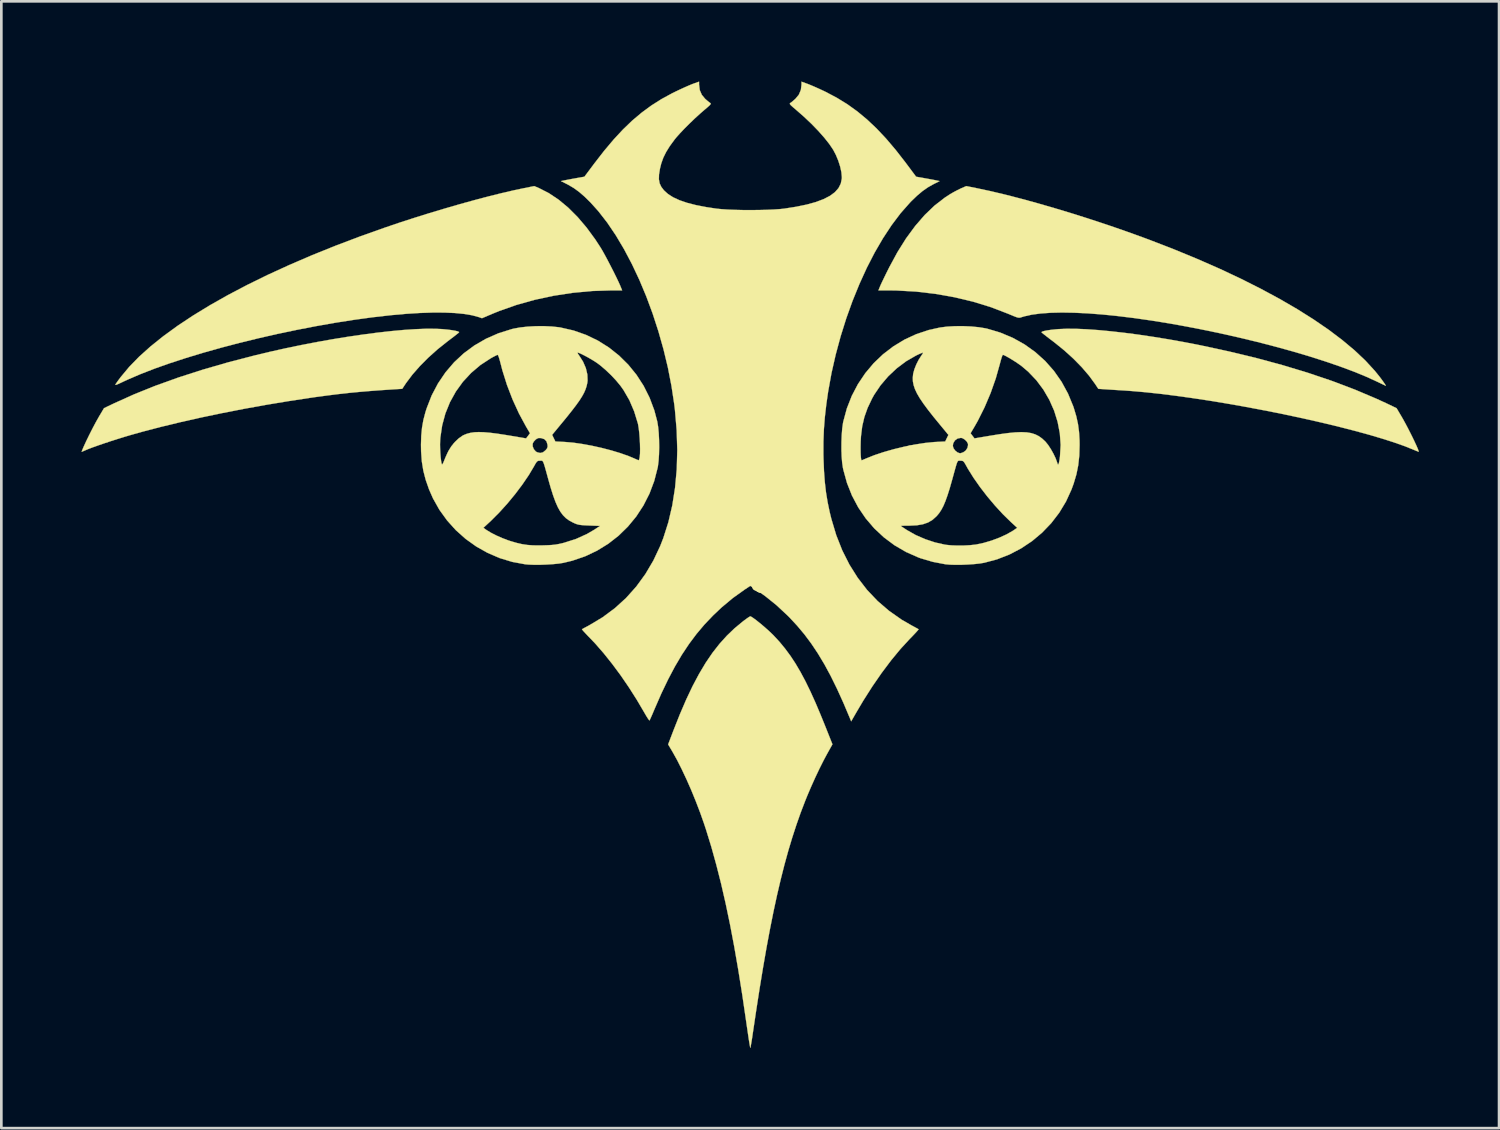
<source format=kicad_pcb>
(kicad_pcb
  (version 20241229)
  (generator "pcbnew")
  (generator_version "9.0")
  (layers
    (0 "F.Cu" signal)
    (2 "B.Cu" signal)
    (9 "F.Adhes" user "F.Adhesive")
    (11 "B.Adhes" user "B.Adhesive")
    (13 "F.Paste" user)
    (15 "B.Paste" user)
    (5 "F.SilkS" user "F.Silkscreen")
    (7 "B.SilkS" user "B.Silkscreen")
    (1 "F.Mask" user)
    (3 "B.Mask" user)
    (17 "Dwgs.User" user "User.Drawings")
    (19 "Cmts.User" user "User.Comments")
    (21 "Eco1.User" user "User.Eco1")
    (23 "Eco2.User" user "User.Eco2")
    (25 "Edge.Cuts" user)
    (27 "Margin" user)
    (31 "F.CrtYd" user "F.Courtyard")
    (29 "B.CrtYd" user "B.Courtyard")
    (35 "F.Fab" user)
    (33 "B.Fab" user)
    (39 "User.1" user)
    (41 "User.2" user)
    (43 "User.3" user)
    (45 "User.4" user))
  (footprint "logo"
    (layer "F.Cu")
    (at 25.16 17.769)
    (property "Reference" "logo" (at 0 0 0) (layer "F.SilkS") (effects (font (size 1.524 1.524) (thickness 0.3))))
    (attr through_hole)
    (fp_poly (pts (xy -11.924 -8.521) (xy -11.669 -8.509) (xy -11.479 -8.491) (xy -11.314 -8.47) (xy -11.181 -8.447) (xy -11.087 -8.424) (xy -11.04 -8.401) (xy -11.037 -8.39) (xy -11.062 -8.366) (xy -11.126 -8.314) (xy -11.221 -8.239) (xy -11.341 -8.148) (xy -11.466 -8.053) (xy -11.837 -7.758) (xy -12.185 -7.446) (xy -12.504 -7.126) (xy -12.784 -6.807) (xy -13.018 -6.495) (xy -13.046 -6.454) (xy -13.164 -6.275) (xy -13.426 -6.259) (xy -13.912 -6.227) (xy -14.355 -6.194) (xy -14.768 -6.159) (xy -15.164 -6.121) (xy -15.559 -6.077) (xy -15.965 -6.026) (xy -16.398 -5.968) (xy -16.633 -5.934) (xy -17.448 -5.81) (xy -18.271 -5.673) (xy -19.092 -5.525) (xy -19.904 -5.366) (xy -20.698 -5.2) (xy -21.465 -5.027) (xy -22.197 -4.85) (xy -22.886 -4.67) (xy -23.333 -4.544) (xy -23.57 -4.474) (xy -23.819 -4.397) (xy -24.071 -4.316) (xy -24.315 -4.235) (xy -24.541 -4.157) (xy -24.739 -4.087) (xy -24.899 -4.026) (xy -24.987 -3.989) (xy -25.073 -3.952) (xy -25.134 -3.926) (xy -25.155 -3.919) (xy -25.149 -3.943) (xy -25.125 -4.006) (xy -25.091 -4.086) (xy -24.99 -4.308) (xy -24.871 -4.552) (xy -24.746 -4.799) (xy -24.623 -5.031) (xy -24.511 -5.229) (xy -24.499 -5.25) (xy -24.32 -5.551) (xy -23.938 -5.734) (xy -23.194 -6.069) (xy -22.395 -6.39) (xy -21.541 -6.697) (xy -20.634 -6.989) (xy -19.676 -7.266) (xy -18.667 -7.528) (xy -18.114 -7.66) (xy -17.524 -7.792) (xy -16.931 -7.915) (xy -16.34 -8.028) (xy -15.755 -8.132) (xy -15.183 -8.225) (xy -14.627 -8.306) (xy -14.093 -8.376) (xy -13.586 -8.433) (xy -13.111 -8.477) (xy -12.672 -8.506) (xy -12.275 -8.522) (xy -11.924 -8.521)) (stroke (width 0.01) (type solid)) (fill yes) (layer "F.SilkS"))
    (fp_poly (pts (xy 12.039 -8.52) (xy 12.436 -8.503) (xy 12.874 -8.472) (xy 13.347 -8.427) (xy 13.851 -8.37) (xy 14.381 -8.301) (xy 14.931 -8.219) (xy 15.497 -8.127) (xy 16.073 -8.024) (xy 16.655 -7.911) (xy 16.677 -7.907) (xy 17.761 -7.673) (xy 18.801 -7.422) (xy 19.795 -7.152) (xy 20.741 -6.865) (xy 21.636 -6.562) (xy 22.48 -6.242) (xy 23.27 -5.907) (xy 23.634 -5.74) (xy 24.03 -5.551) (xy 24.208 -5.25) (xy 24.285 -5.116) (xy 24.369 -4.962) (xy 24.457 -4.796) (xy 24.544 -4.625) (xy 24.628 -4.457) (xy 24.703 -4.3) (xy 24.768 -4.16) (xy 24.818 -4.046) (xy 24.849 -3.965) (xy 24.858 -3.925) (xy 24.854 -3.922) (xy 24.819 -3.934) (xy 24.746 -3.963) (xy 24.649 -4.004) (xy 24.631 -4.011) (xy 24.297 -4.143) (xy 23.91 -4.279) (xy 23.476 -4.417) (xy 22.999 -4.558) (xy 22.484 -4.699) (xy 21.936 -4.84) (xy 21.361 -4.98) (xy 20.762 -5.118) (xy 20.147 -5.252) (xy 19.518 -5.383) (xy 18.882 -5.507) (xy 18.244 -5.626) (xy 17.608 -5.737) (xy 16.979 -5.84) (xy 16.363 -5.933) (xy 15.765 -6.016) (xy 15.189 -6.088) (xy 14.64 -6.147) (xy 14.124 -6.192) (xy 13.847 -6.212) (xy 13.66 -6.223) (xy 13.474 -6.235) (xy 13.304 -6.246) (xy 13.167 -6.255) (xy 13.106 -6.259) (xy 12.874 -6.274) (xy 12.755 -6.454) (xy 12.529 -6.763) (xy 12.256 -7.081) (xy 11.943 -7.401) (xy 11.599 -7.713) (xy 11.231 -8.011) (xy 11.176 -8.053) (xy 11.041 -8.155) (xy 10.923 -8.246) (xy 10.83 -8.319) (xy 10.768 -8.369) (xy 10.747 -8.39) (xy 10.766 -8.412) (xy 10.836 -8.435) (xy 10.95 -8.459) (xy 11.101 -8.481) (xy 11.281 -8.5) (xy 11.388 -8.509) (xy 11.688 -8.522) (xy 12.039 -8.52)) (stroke (width 0.01) (type solid)) (fill yes) (layer "F.SilkS"))
    (fp_poly (pts (xy -0.101 2.254) (xy -0.024 2.305) (xy 0.08 2.382) (xy 0.201 2.479) (xy 0.331 2.587) (xy 0.463 2.702) (xy 0.588 2.815) (xy 0.697 2.92) (xy 0.728 2.951) (xy 0.948 3.189) (xy 1.154 3.439) (xy 1.351 3.705) (xy 1.542 3.994) (xy 1.729 4.311) (xy 1.915 4.659) (xy 2.104 5.046) (xy 2.298 5.475) (xy 2.499 5.952) (xy 2.641 6.301) (xy 2.928 7.022) (xy 2.736 7.365) (xy 2.595 7.628) (xy 2.442 7.933) (xy 2.285 8.264) (xy 2.131 8.607) (xy 1.985 8.949) (xy 1.906 9.145) (xy 1.738 9.584) (xy 1.578 10.039) (xy 1.424 10.512) (xy 1.275 11.007) (xy 1.132 11.527) (xy 0.993 12.076) (xy 0.857 12.656) (xy 0.724 13.272) (xy 0.593 13.926) (xy 0.463 14.621) (xy 0.334 15.362) (xy 0.204 16.151) (xy 0.074 16.991) (xy -0.049 17.816) (xy -0.074 17.988) (xy -0.098 18.139) (xy -0.119 18.259) (xy -0.134 18.341) (xy -0.144 18.374) (xy -0.145 18.375) (xy -0.152 18.347) (xy -0.166 18.269) (xy -0.187 18.145) (xy -0.212 17.984) (xy -0.24 17.792) (xy -0.272 17.575) (xy -0.3 17.381) (xy -0.445 16.393) (xy -0.594 15.461) (xy -0.747 14.581) (xy -0.905 13.75) (xy -1.069 12.966) (xy -1.239 12.225) (xy -1.417 11.525) (xy -1.601 10.862) (xy -1.794 10.235) (xy -1.876 9.986) (xy -2.02 9.578) (xy -2.18 9.16) (xy -2.35 8.743) (xy -2.528 8.339) (xy -2.707 7.958) (xy -2.882 7.611) (xy -3.05 7.31) (xy -3.059 7.294) (xy -3.218 7.026) (xy -3.021 6.51) (xy -2.781 5.904) (xy -2.543 5.351) (xy -2.305 4.848) (xy -2.063 4.392) (xy -1.817 3.979) (xy -1.563 3.605) (xy -1.298 3.266) (xy -1.021 2.959) (xy -0.729 2.679) (xy -0.42 2.424) (xy -0.373 2.388) (xy -0.279 2.319) (xy -0.202 2.266) (xy -0.153 2.238) (xy -0.144 2.235) (xy -0.101 2.254)) (stroke (width 0.01) (type solid)) (fill yes) (layer "F.SilkS"))
    (fp_poly (pts (xy -8.039 -13.778) (xy -7.673 -13.59) (xy -7.31 -13.347) (xy -6.953 -13.05) (xy -6.605 -12.702) (xy -6.268 -12.306) (xy -5.944 -11.864) (xy -5.751 -11.568) (xy -5.675 -11.441) (xy -5.582 -11.274) (xy -5.478 -11.08) (xy -5.37 -10.872) (xy -5.262 -10.661) (xy -5.163 -10.461) (xy -5.078 -10.283) (xy -5.013 -10.14) (xy -5.001 -10.109) (xy -4.938 -9.957) (xy -5.336 -9.957) (xy -6.059 -9.934) (xy -6.785 -9.866) (xy -7.505 -9.756) (xy -8.211 -9.604) (xy -8.891 -9.413) (xy -9.539 -9.185) (xy -9.786 -9.084) (xy -10.181 -8.916) (xy -10.308 -8.96) (xy -10.551 -9.026) (xy -10.846 -9.076) (xy -11.192 -9.11) (xy -11.584 -9.127) (xy -12.021 -9.128) (xy -12.5 -9.112) (xy -13.016 -9.08) (xy -13.569 -9.031) (xy -13.613 -9.026) (xy -14.283 -8.95) (xy -14.975 -8.855) (xy -15.683 -8.744) (xy -16.402 -8.617) (xy -17.125 -8.477) (xy -17.849 -8.325) (xy -18.566 -8.161) (xy -19.272 -7.988) (xy -19.961 -7.807) (xy -20.627 -7.619) (xy -21.265 -7.425) (xy -21.869 -7.228) (xy -22.434 -7.028) (xy -22.953 -6.826) (xy -23.422 -6.625) (xy -23.567 -6.558) (xy -23.709 -6.491) (xy -23.806 -6.447) (xy -23.864 -6.425) (xy -23.89 -6.421) (xy -23.892 -6.435) (xy -23.876 -6.465) (xy -23.874 -6.467) (xy -23.831 -6.53) (xy -23.766 -6.619) (xy -23.693 -6.717) (xy -23.69 -6.72) (xy -23.375 -7.098) (xy -23.003 -7.48) (xy -22.576 -7.863) (xy -22.096 -8.248) (xy -21.565 -8.634) (xy -20.984 -9.019) (xy -20.355 -9.403) (xy -19.679 -9.785) (xy -18.959 -10.163) (xy -18.195 -10.538) (xy -17.389 -10.907) (xy -16.543 -11.271) (xy -15.658 -11.628) (xy -14.737 -11.977) (xy -13.817 -12.304) (xy -13.275 -12.488) (xy -12.716 -12.669) (xy -12.147 -12.847) (xy -11.576 -13.018) (xy -11.011 -13.182) (xy -10.461 -13.334) (xy -9.934 -13.473) (xy -9.437 -13.597) (xy -8.98 -13.703) (xy -8.633 -13.776) (xy -8.225 -13.858) (xy -8.039 -13.778)) (stroke (width 0.01) (type solid)) (fill yes) (layer "F.SilkS"))
    (fp_poly (pts (xy 8.343 -13.776) (xy 8.853 -13.667) (xy 9.407 -13.535) (xy 10 -13.382) (xy 10.622 -13.211) (xy 11.267 -13.024) (xy 11.928 -12.824) (xy 12.596 -12.611) (xy 13.265 -12.39) (xy 13.926 -12.161) (xy 14.574 -11.927) (xy 14.77 -11.854) (xy 15.686 -11.5) (xy 16.562 -11.139) (xy 17.399 -10.772) (xy 18.194 -10.399) (xy 18.945 -10.021) (xy 19.652 -9.64) (xy 20.312 -9.257) (xy 20.925 -8.871) (xy 21.488 -8.485) (xy 22 -8.098) (xy 22.46 -7.713) (xy 22.866 -7.329) (xy 23.216 -6.948) (xy 23.4 -6.72) (xy 23.486 -6.605) (xy 23.556 -6.507) (xy 23.605 -6.434) (xy 23.627 -6.394) (xy 23.625 -6.389) (xy 23.597 -6.402) (xy 23.526 -6.435) (xy 23.424 -6.484) (xy 23.301 -6.543) (xy 23.29 -6.548) (xy 22.879 -6.735) (xy 22.415 -6.925) (xy 21.903 -7.115) (xy 21.348 -7.305) (xy 20.755 -7.494) (xy 20.129 -7.679) (xy 19.475 -7.859) (xy 18.798 -8.034) (xy 18.102 -8.201) (xy 17.394 -8.36) (xy 16.677 -8.508) (xy 15.957 -8.645) (xy 15.53 -8.721) (xy 14.861 -8.829) (xy 14.219 -8.921) (xy 13.607 -8.996) (xy 13.027 -9.055) (xy 12.483 -9.097) (xy 11.976 -9.121) (xy 11.51 -9.129) (xy 11.087 -9.119) (xy 10.71 -9.092) (xy 10.381 -9.048) (xy 10.105 -8.986) (xy 10.003 -8.955) (xy 9.958 -8.94) (xy 9.915 -8.935) (xy 9.866 -8.94) (xy 9.8 -8.96) (xy 9.706 -8.996) (xy 9.574 -9.051) (xy 9.495 -9.084) (xy 8.863 -9.327) (xy 8.194 -9.533) (xy 7.496 -9.7) (xy 6.778 -9.827) (xy 6.05 -9.912) (xy 5.32 -9.953) (xy 5.031 -9.957) (xy 4.648 -9.957) (xy 4.71 -10.109) (xy 4.742 -10.182) (xy 4.795 -10.295) (xy 4.865 -10.44) (xy 4.945 -10.604) (xy 5.032 -10.778) (xy 5.05 -10.814) (xy 5.359 -11.386) (xy 5.684 -11.904) (xy 6.025 -12.368) (xy 6.38 -12.777) (xy 6.749 -13.131) (xy 7.133 -13.428) (xy 7.33 -13.556) (xy 7.461 -13.632) (xy 7.601 -13.706) (xy 7.723 -13.766) (xy 7.749 -13.778) (xy 7.934 -13.858) (xy 8.343 -13.776)) (stroke (width 0.01) (type solid)) (fill yes) (layer "F.SilkS"))
    (fp_poly (pts (xy -2.061 -17.654) (xy -2.035 -17.449) (xy -1.957 -17.27) (xy -1.835 -17.124) (xy -1.753 -17.052) (xy -1.682 -16.994) (xy -1.642 -16.966) (xy -1.624 -16.949) (xy -1.628 -16.925) (xy -1.659 -16.886) (xy -1.724 -16.826) (xy -1.827 -16.737) (xy -1.847 -16.721) (xy -2.03 -16.562) (xy -2.224 -16.385) (xy -2.417 -16.199) (xy -2.602 -16.015) (xy -2.767 -15.841) (xy -2.904 -15.688) (xy -2.974 -15.603) (xy -3.154 -15.357) (xy -3.293 -15.133) (xy -3.399 -14.919) (xy -3.476 -14.702) (xy -3.524 -14.508) (xy -3.559 -14.292) (xy -3.564 -14.114) (xy -3.537 -13.964) (xy -3.475 -13.831) (xy -3.376 -13.701) (xy -3.375 -13.7) (xy -3.225 -13.563) (xy -3.032 -13.44) (xy -2.794 -13.33) (xy -2.509 -13.232) (xy -2.173 -13.146) (xy -1.785 -13.071) (xy -1.408 -13.014) (xy -1.217 -12.995) (xy -0.979 -12.979) (xy -0.708 -12.969) (xy -0.414 -12.962) (xy -0.11 -12.961) (xy 0.193 -12.964) (xy 0.483 -12.971) (xy 0.747 -12.983) (xy 0.975 -12.999) (xy 1.118 -13.014) (xy 1.57 -13.085) (xy 1.967 -13.167) (xy 2.31 -13.262) (xy 2.598 -13.371) (xy 2.835 -13.493) (xy 3.02 -13.63) (xy 3.155 -13.783) (xy 3.24 -13.951) (xy 3.278 -14.135) (xy 3.28 -14.195) (xy 3.263 -14.378) (xy 3.217 -14.589) (xy 3.145 -14.813) (xy 3.054 -15.031) (xy 2.955 -15.219) (xy 2.81 -15.433) (xy 2.622 -15.671) (xy 2.398 -15.924) (xy 2.145 -16.185) (xy 1.869 -16.447) (xy 1.577 -16.703) (xy 1.557 -16.721) (xy 1.447 -16.814) (xy 1.376 -16.878) (xy 1.34 -16.92) (xy 1.333 -16.946) (xy 1.348 -16.964) (xy 1.352 -16.966) (xy 1.401 -17.001) (xy 1.474 -17.062) (xy 1.544 -17.124) (xy 1.671 -17.277) (xy 1.747 -17.457) (xy 1.771 -17.654) (xy 1.771 -17.764) (xy 2.01 -17.677) (xy 2.122 -17.632) (xy 2.27 -17.569) (xy 2.437 -17.494) (xy 2.609 -17.414) (xy 2.685 -17.377) (xy 3.095 -17.16) (xy 3.484 -16.921) (xy 3.857 -16.653) (xy 4.219 -16.353) (xy 4.576 -16.016) (xy 4.932 -15.638) (xy 5.293 -15.213) (xy 5.664 -14.737) (xy 5.689 -14.703) (xy 6.058 -14.209) (xy 6.36 -14.156) (xy 6.503 -14.13) (xy 6.641 -14.105) (xy 6.753 -14.083) (xy 6.799 -14.074) (xy 6.936 -14.045) (xy 6.712 -13.932) (xy 6.502 -13.814) (xy 6.302 -13.675) (xy 6.098 -13.504) (xy 5.88 -13.295) (xy 5.822 -13.234) (xy 5.477 -12.843) (xy 5.142 -12.399) (xy 4.819 -11.908) (xy 4.508 -11.374) (xy 4.214 -10.803) (xy 3.938 -10.198) (xy 3.681 -9.567) (xy 3.446 -8.913) (xy 3.235 -8.241) (xy 3.05 -7.556) (xy 2.893 -6.865) (xy 2.767 -6.17) (xy 2.7 -5.704) (xy 2.644 -5.215) (xy 2.608 -4.756) (xy 2.591 -4.304) (xy 2.59 -3.835) (xy 2.594 -3.658) (xy 2.612 -3.205) (xy 2.642 -2.794) (xy 2.686 -2.41) (xy 2.747 -2.037) (xy 2.826 -1.66) (xy 2.888 -1.408) (xy 3.07 -0.801) (xy 3.295 -0.232) (xy 3.563 0.3) (xy 3.873 0.793) (xy 4.223 1.247) (xy 4.615 1.66) (xy 5.047 2.031) (xy 5.517 2.361) (xy 5.879 2.57) (xy 5.989 2.629) (xy 6.079 2.678) (xy 6.136 2.71) (xy 6.152 2.719) (xy 6.136 2.742) (xy 6.087 2.799) (xy 6.009 2.884) (xy 5.909 2.989) (xy 5.816 3.084) (xy 5.472 3.458) (xy 5.122 3.882) (xy 4.771 4.349) (xy 4.422 4.854) (xy 4.081 5.39) (xy 3.828 5.817) (xy 3.629 6.163) (xy 3.583 6.05) (xy 3.338 5.471) (xy 3.099 4.945) (xy 2.863 4.465) (xy 2.626 4.027) (xy 2.385 3.626) (xy 2.138 3.256) (xy 1.881 2.911) (xy 1.61 2.588) (xy 1.324 2.28) (xy 1.25 2.206) (xy 0.836 1.82) (xy 0.412 1.478) (xy 0.065 1.234) (xy -0.145 1.095) (xy -0.356 1.234) (xy -0.797 1.55) (xy -1.218 1.901) (xy -1.54 2.206) (xy -1.857 2.539) (xy -2.154 2.891) (xy -2.435 3.266) (xy -2.704 3.671) (xy -2.964 4.112) (xy -3.218 4.592) (xy -3.471 5.119) (xy -3.724 5.698) (xy -3.751 5.762) (xy -3.807 5.894) (xy -3.856 6.006) (xy -3.893 6.087) (xy -3.913 6.127) (xy -3.915 6.129) (xy -3.935 6.113) (xy -3.977 6.054) (xy -4.035 5.962) (xy -4.103 5.845) (xy -4.116 5.822) (xy -4.39 5.357) (xy -4.685 4.893) (xy -4.994 4.442) (xy -5.312 4.013) (xy -5.63 3.615) (xy -5.942 3.257) (xy -6.106 3.084) (xy -6.219 2.968) (xy -6.315 2.866) (xy -6.389 2.786) (xy -6.432 2.735) (xy -6.442 2.719) (xy -6.413 2.702) (xy -6.344 2.664) (xy -6.246 2.612) (xy -6.169 2.57) (xy -5.67 2.271) (xy -5.21 1.93) (xy -4.789 1.546) (xy -4.409 1.121) (xy -4.069 0.654) (xy -3.77 0.148) (xy -3.513 -0.398) (xy -3.397 -0.696) (xy -3.209 -1.287) (xy -3.063 -1.914) (xy -2.959 -2.575) (xy -2.896 -3.267) (xy -2.876 -3.985) (xy -2.899 -4.726) (xy -2.964 -5.486) (xy -2.99 -5.704) (xy -3.094 -6.388) (xy -3.228 -7.074) (xy -3.392 -7.756) (xy -3.583 -8.43) (xy -3.798 -9.091) (xy -4.036 -9.733) (xy -4.295 -10.352) (xy -4.573 -10.942) (xy -4.867 -11.499) (xy -5.176 -12.018) (xy -5.497 -12.493) (xy -5.829 -12.92) (xy -6.122 -13.246) (xy -6.344 -13.464) (xy -6.549 -13.641) (xy -6.747 -13.785) (xy -6.952 -13.906) (xy -7.002 -13.932) (xy -7.226 -14.045) (xy -7.089 -14.074) (xy -7.001 -14.091) (xy -6.875 -14.115) (xy -6.733 -14.141) (xy -6.651 -14.156) (xy -6.35 -14.209) (xy -5.98 -14.703) (xy -5.614 -15.175) (xy -5.259 -15.597) (xy -4.91 -15.973) (xy -4.562 -16.308) (xy -4.208 -16.606) (xy -3.845 -16.873) (xy -3.466 -17.113) (xy -3.066 -17.331) (xy -2.946 -17.39) (xy -2.778 -17.47) (xy -2.61 -17.547) (xy -2.456 -17.615) (xy -2.331 -17.667) (xy -2.271 -17.69) (xy -2.061 -17.764) (xy -2.061 -17.654)) (stroke (width 0.01) (type solid)) (fill yes) (layer "F.SilkS"))
    (fp_poly (pts (xy 8.115 -8.607) (xy 8.402 -8.579) (xy 8.654 -8.538) (xy 8.709 -8.526) (xy 9.207 -8.378) (xy 9.676 -8.181) (xy 10.113 -7.937) (xy 10.517 -7.648) (xy 10.884 -7.318) (xy 11.212 -6.947) (xy 11.498 -6.539) (xy 11.74 -6.095) (xy 11.936 -5.619) (xy 11.96 -5.547) (xy 12.05 -5.245) (xy 12.113 -4.957) (xy 12.152 -4.664) (xy 12.171 -4.344) (xy 12.173 -4.18) (xy 12.162 -3.784) (xy 12.123 -3.422) (xy 12.054 -3.077) (xy 11.951 -2.73) (xy 11.871 -2.511) (xy 11.665 -2.06) (xy 11.41 -1.638) (xy 11.111 -1.249) (xy 10.771 -0.895) (xy 10.395 -0.579) (xy 9.985 -0.306) (xy 9.547 -0.077) (xy 9.083 0.104) (xy 8.607 0.231) (xy 8.439 0.259) (xy 8.232 0.281) (xy 8.001 0.297) (xy 7.763 0.307) (xy 7.535 0.309) (xy 7.33 0.303) (xy 7.167 0.289) (xy 7.162 0.289) (xy 6.68 0.197) (xy 6.22 0.061) (xy 6.141 0.032) (xy 5.679 -0.172) (xy 5.248 -0.424) (xy 4.851 -0.72) (xy 4.491 -1.057) (xy 4.414 -1.147) (xy 5.486 -1.147) (xy 5.509 -1.129) (xy 5.57 -1.086) (xy 5.66 -1.027) (xy 5.726 -0.984) (xy 6.044 -0.805) (xy 6.398 -0.651) (xy 6.766 -0.529) (xy 7.13 -0.447) (xy 7.188 -0.438) (xy 7.375 -0.42) (xy 7.597 -0.412) (xy 7.833 -0.413) (xy 8.063 -0.425) (xy 8.264 -0.446) (xy 8.302 -0.451) (xy 8.584 -0.511) (xy 8.879 -0.598) (xy 9.17 -0.707) (xy 9.44 -0.83) (xy 9.672 -0.962) (xy 9.717 -0.992) (xy 9.839 -1.076) (xy 9.602 -1.294) (xy 9.306 -1.583) (xy 9.009 -1.906) (xy 8.719 -2.25) (xy 8.447 -2.603) (xy 8.202 -2.953) (xy 7.994 -3.287) (xy 7.94 -3.384) (xy 7.883 -3.485) (xy 7.842 -3.545) (xy 7.805 -3.575) (xy 7.76 -3.585) (xy 7.718 -3.586) (xy 7.683 -3.588) (xy 7.655 -3.588) (xy 7.633 -3.58) (xy 7.612 -3.559) (xy 7.591 -3.517) (xy 7.567 -3.449) (xy 7.537 -3.348) (xy 7.498 -3.208) (xy 7.447 -3.023) (xy 7.404 -2.867) (xy 7.315 -2.554) (xy 7.232 -2.292) (xy 7.154 -2.074) (xy 7.078 -1.894) (xy 6.999 -1.745) (xy 6.917 -1.621) (xy 6.828 -1.515) (xy 6.825 -1.512) (xy 6.674 -1.376) (xy 6.506 -1.276) (xy 6.313 -1.209) (xy 6.085 -1.17) (xy 5.813 -1.157) (xy 5.798 -1.157) (xy 5.672 -1.156) (xy 5.57 -1.154) (xy 5.504 -1.151) (xy 5.486 -1.147) (xy 4.414 -1.147) (xy 4.171 -1.431) (xy 3.893 -1.84) (xy 3.659 -2.281) (xy 3.473 -2.75) (xy 3.336 -3.245) (xy 3.319 -3.325) (xy 3.291 -3.517) (xy 3.272 -3.751) (xy 3.264 -4.01) (xy 3.264 -4.119) (xy 3.981 -4.119) (xy 3.981 -3.948) (xy 3.986 -3.802) (xy 3.994 -3.69) (xy 4.006 -3.619) (xy 4.019 -3.6) (xy 4.048 -3.61) (xy 4.114 -3.638) (xy 4.184 -3.668) (xy 4.496 -3.793) (xy 4.85 -3.911) (xy 5.232 -4.019) (xy 5.627 -4.114) (xy 5.766 -4.142) (xy 7.431 -4.142) (xy 7.457 -4.052) (xy 7.521 -3.963) (xy 7.608 -3.895) (xy 7.7 -3.863) (xy 7.701 -3.863) (xy 7.74 -3.872) (xy 7.809 -3.897) (xy 7.825 -3.903) (xy 7.915 -3.968) (xy 7.977 -4.065) (xy 8.001 -4.173) (xy 7.995 -4.224) (xy 7.953 -4.302) (xy 7.88 -4.375) (xy 7.795 -4.427) (xy 7.736 -4.441) (xy 7.609 -4.416) (xy 7.51 -4.345) (xy 7.447 -4.241) (xy 7.431 -4.142) (xy 5.766 -4.142) (xy 6.019 -4.192) (xy 6.393 -4.25) (xy 6.734 -4.284) (xy 6.788 -4.287) (xy 7.146 -4.305) (xy 7.206 -4.429) (xy 7.266 -4.552) (xy 7.216 -4.612) (xy 8.095 -4.612) (xy 8.241 -4.421) (xy 8.816 -4.518) (xy 9.181 -4.577) (xy 9.496 -4.62) (xy 9.766 -4.646) (xy 9.997 -4.655) (xy 10.195 -4.646) (xy 10.366 -4.618) (xy 10.514 -4.571) (xy 10.646 -4.505) (xy 10.768 -4.418) (xy 10.884 -4.311) (xy 10.902 -4.292) (xy 10.997 -4.174) (xy 11.098 -4.02) (xy 11.194 -3.849) (xy 11.275 -3.68) (xy 11.33 -3.531) (xy 11.337 -3.503) (xy 11.358 -3.448) (xy 11.379 -3.449) (xy 11.401 -3.507) (xy 11.423 -3.623) (xy 11.439 -3.745) (xy 11.464 -4.176) (xy 11.434 -4.609) (xy 11.351 -5.039) (xy 11.22 -5.459) (xy 11.041 -5.863) (xy 10.819 -6.244) (xy 10.555 -6.597) (xy 10.252 -6.915) (xy 10.004 -7.125) (xy 9.9 -7.2) (xy 9.779 -7.282) (xy 9.651 -7.363) (xy 9.529 -7.436) (xy 9.422 -7.496) (xy 9.343 -7.535) (xy 9.304 -7.547) (xy 9.285 -7.521) (xy 9.258 -7.449) (xy 9.226 -7.342) (xy 9.191 -7.211) (xy 9.19 -7.206) (xy 9.038 -6.665) (xy 8.845 -6.118) (xy 8.618 -5.583) (xy 8.365 -5.078) (xy 8.243 -4.863) (xy 8.095 -4.612) (xy 7.216 -4.612) (xy 6.95 -4.934) (xy 6.706 -5.231) (xy 6.501 -5.492) (xy 6.332 -5.72) (xy 6.196 -5.922) (xy 6.091 -6.101) (xy 6.015 -6.263) (xy 5.965 -6.411) (xy 5.938 -6.551) (xy 5.933 -6.687) (xy 5.946 -6.824) (xy 5.952 -6.856) (xy 5.995 -7.012) (xy 6.066 -7.189) (xy 6.155 -7.364) (xy 6.252 -7.515) (xy 6.253 -7.516) (xy 6.296 -7.58) (xy 6.315 -7.622) (xy 6.315 -7.629) (xy 6.285 -7.622) (xy 6.215 -7.594) (xy 6.118 -7.55) (xy 6.05 -7.517) (xy 5.683 -7.305) (xy 5.336 -7.044) (xy 5.015 -6.743) (xy 4.729 -6.408) (xy 4.487 -6.05) (xy 4.408 -5.907) (xy 4.243 -5.56) (xy 4.123 -5.222) (xy 4.042 -4.877) (xy 3.996 -4.506) (xy 3.985 -4.307) (xy 3.981 -4.119) (xy 3.264 -4.119) (xy 3.265 -4.28) (xy 3.275 -4.545) (xy 3.294 -4.789) (xy 3.323 -4.997) (xy 3.334 -5.051) (xy 3.468 -5.544) (xy 3.652 -6.012) (xy 3.882 -6.451) (xy 4.156 -6.859) (xy 4.469 -7.232) (xy 4.82 -7.567) (xy 5.205 -7.862) (xy 5.62 -8.114) (xy 6.064 -8.32) (xy 6.533 -8.476) (xy 6.952 -8.568) (xy 7.211 -8.601) (xy 7.503 -8.618) (xy 7.81 -8.62) (xy 8.115 -8.607)) (stroke (width 0.01) (type solid)) (fill yes) (layer "F.SilkS"))
    (fp_poly (pts (xy -7.57 -8.606) (xy -7.302 -8.578) (xy -7.243 -8.568) (xy -6.754 -8.456) (xy -6.288 -8.292) (xy -5.847 -8.08) (xy -5.435 -7.821) (xy -5.055 -7.52) (xy -4.71 -7.179) (xy -4.402 -6.8) (xy -4.135 -6.387) (xy -3.912 -5.943) (xy -3.735 -5.471) (xy -3.624 -5.051) (xy -3.593 -4.858) (xy -3.57 -4.623) (xy -3.557 -4.363) (xy -3.553 -4.093) (xy -3.559 -3.828) (xy -3.575 -3.585) (xy -3.6 -3.378) (xy -3.61 -3.325) (xy -3.738 -2.827) (xy -3.916 -2.355) (xy -4.142 -1.911) (xy -4.411 -1.499) (xy -4.723 -1.121) (xy -5.072 -0.78) (xy -5.458 -0.479) (xy -5.877 -0.221) (xy -6.325 -0.009) (xy -6.801 0.154) (xy -7.138 0.235) (xy -7.308 0.262) (xy -7.52 0.283) (xy -7.755 0.298) (xy -7.996 0.307) (xy -8.228 0.308) (xy -8.432 0.3) (xy -8.561 0.289) (xy -9.049 0.199) (xy -9.52 0.056) (xy -9.971 -0.138) (xy -10.397 -0.378) (xy -10.794 -0.662) (xy -11.159 -0.988) (xy -11.238 -1.075) (xy -10.129 -1.075) (xy -10.001 -0.987) (xy -9.843 -0.891) (xy -9.646 -0.79) (xy -9.428 -0.694) (xy -9.209 -0.61) (xy -9.115 -0.579) (xy -8.886 -0.512) (xy -8.682 -0.465) (xy -8.486 -0.435) (xy -8.278 -0.42) (xy -8.041 -0.417) (xy -7.91 -0.419) (xy -7.716 -0.425) (xy -7.563 -0.434) (xy -7.433 -0.448) (xy -7.31 -0.47) (xy -7.175 -0.5) (xy -7.112 -0.516) (xy -6.662 -0.66) (xy -6.251 -0.847) (xy -6.009 -0.988) (xy -5.762 -1.147) (xy -6.169 -1.162) (xy -6.334 -1.169) (xy -6.455 -1.178) (xy -6.546 -1.19) (xy -6.621 -1.208) (xy -6.695 -1.235) (xy -6.778 -1.273) (xy -6.918 -1.348) (xy -7.041 -1.437) (xy -7.151 -1.547) (xy -7.251 -1.682) (xy -7.345 -1.849) (xy -7.434 -2.051) (xy -7.523 -2.296) (xy -7.615 -2.589) (xy -7.694 -2.867) (xy -7.754 -3.086) (xy -7.801 -3.257) (xy -7.837 -3.383) (xy -7.866 -3.473) (xy -7.889 -3.532) (xy -7.909 -3.567) (xy -7.93 -3.584) (xy -7.954 -3.588) (xy -7.983 -3.587) (xy -8.008 -3.586) (xy -8.065 -3.584) (xy -8.106 -3.569) (xy -8.143 -3.531) (xy -8.188 -3.461) (xy -8.23 -3.384) (xy -8.428 -3.051) (xy -8.667 -2.7) (xy -8.936 -2.342) (xy -9.227 -1.989) (xy -9.531 -1.653) (xy -9.838 -1.345) (xy -9.905 -1.282) (xy -10.129 -1.075) (xy -11.238 -1.075) (xy -11.486 -1.351) (xy -11.773 -1.748) (xy -12.014 -2.177) (xy -12.161 -2.511) (xy -12.286 -2.867) (xy -12.375 -3.211) (xy -12.432 -3.561) (xy -12.459 -3.934) (xy -12.463 -4.18) (xy -12.463 -4.193) (xy -11.75 -4.193) (xy -11.747 -4.038) (xy -11.739 -3.877) (xy -11.728 -3.725) (xy -11.712 -3.593) (xy -11.695 -3.495) (xy -11.679 -3.446) (xy -11.661 -3.455) (xy -11.63 -3.508) (xy -11.597 -3.588) (xy -11.548 -3.709) (xy -11.486 -3.847) (xy -11.438 -3.946) (xy -11.333 -4.117) (xy -11.246 -4.224) (xy -8.285 -4.224) (xy -8.284 -4.12) (xy -8.241 -4.015) (xy -8.167 -3.931) (xy -8.122 -3.904) (xy -8.005 -3.875) (xy -7.899 -3.9) (xy -7.798 -3.982) (xy -7.798 -3.982) (xy -7.744 -4.051) (xy -7.726 -4.116) (xy -7.731 -4.188) (xy -7.769 -4.311) (xy -7.846 -4.391) (xy -7.965 -4.431) (xy -7.973 -4.432) (xy -8.062 -4.435) (xy -8.132 -4.406) (xy -8.177 -4.372) (xy -8.24 -4.305) (xy -8.281 -4.236) (xy -8.285 -4.224) (xy -11.246 -4.224) (xy -11.2 -4.28) (xy -11.052 -4.421) (xy -10.904 -4.525) (xy -10.867 -4.544) (xy -10.747 -4.593) (xy -10.616 -4.628) (xy -10.47 -4.65) (xy -10.303 -4.657) (xy -10.107 -4.651) (xy -9.876 -4.631) (xy -9.605 -4.597) (xy -9.288 -4.548) (xy -9.101 -4.517) (xy -8.531 -4.421) (xy -8.43 -4.553) (xy -7.557 -4.553) (xy -7.497 -4.429) (xy -7.436 -4.305) (xy -7.078 -4.287) (xy -6.771 -4.261) (xy -6.43 -4.212) (xy -6.069 -4.146) (xy -5.701 -4.064) (xy -5.34 -3.97) (xy -5 -3.867) (xy -4.694 -3.758) (xy -4.485 -3.671) (xy -4.401 -3.633) (xy -4.34 -3.608) (xy -4.32 -3.602) (xy -4.304 -3.626) (xy -4.287 -3.691) (xy -4.28 -3.733) (xy -4.269 -3.859) (xy -4.267 -4.026) (xy -4.271 -4.219) (xy -4.282 -4.424) (xy -4.298 -4.624) (xy -4.319 -4.804) (xy -4.343 -4.949) (xy -4.351 -4.983) (xy -4.489 -5.433) (xy -4.667 -5.849) (xy -4.885 -6.226) (xy -5.002 -6.391) (xy -5.163 -6.585) (xy -5.354 -6.789) (xy -5.56 -6.985) (xy -5.763 -7.157) (xy -5.867 -7.235) (xy -5.967 -7.302) (xy -6.085 -7.374) (xy -6.211 -7.447) (xy -6.336 -7.514) (xy -6.448 -7.571) (xy -6.537 -7.611) (xy -6.592 -7.63) (xy -6.605 -7.629) (xy -6.597 -7.6) (xy -6.563 -7.543) (xy -6.543 -7.516) (xy -6.399 -7.288) (xy -6.296 -7.049) (xy -6.24 -6.811) (xy -6.231 -6.583) (xy -6.242 -6.495) (xy -6.269 -6.374) (xy -6.308 -6.254) (xy -6.362 -6.13) (xy -6.435 -5.996) (xy -6.53 -5.846) (xy -6.651 -5.676) (xy -6.802 -5.478) (xy -6.985 -5.247) (xy -7.154 -5.041) (xy -7.557 -4.553) (xy -8.43 -4.553) (xy -8.385 -4.612) (xy -8.533 -4.863) (xy -8.796 -5.349) (xy -9.036 -5.873) (xy -9.245 -6.416) (xy -9.417 -6.962) (xy -9.48 -7.206) (xy -9.515 -7.338) (xy -9.547 -7.446) (xy -9.575 -7.519) (xy -9.593 -7.547) (xy -9.594 -7.547) (xy -9.631 -7.534) (xy -9.706 -7.497) (xy -9.804 -7.445) (xy -9.855 -7.416) (xy -10.241 -7.164) (xy -10.588 -6.869) (xy -10.896 -6.537) (xy -11.16 -6.171) (xy -11.379 -5.775) (xy -11.55 -5.354) (xy -11.67 -4.911) (xy -11.738 -4.45) (xy -11.746 -4.33) (xy -11.75 -4.193) (xy -12.463 -4.193) (xy -12.453 -4.519) (xy -12.424 -4.822) (xy -12.373 -5.11) (xy -12.296 -5.403) (xy -12.25 -5.547) (xy -12.062 -6.029) (xy -11.826 -6.477) (xy -11.546 -6.89) (xy -11.224 -7.267) (xy -10.863 -7.603) (xy -10.464 -7.898) (xy -10.031 -8.148) (xy -9.567 -8.352) (xy -9.073 -8.507) (xy -8.999 -8.526) (xy -8.758 -8.57) (xy -8.478 -8.601) (xy -8.176 -8.618) (xy -7.867 -8.62) (xy -7.57 -8.606)) (stroke (width 0.01) (type solid)) (fill yes) (layer "F.SilkS")))
  (gr_rect
    (start -3 -3)
    (end 53.023 39.149)
    (stroke (width 0.1) (type default))
    (fill no)
    (layer "Edge.Cuts")))
</source>
